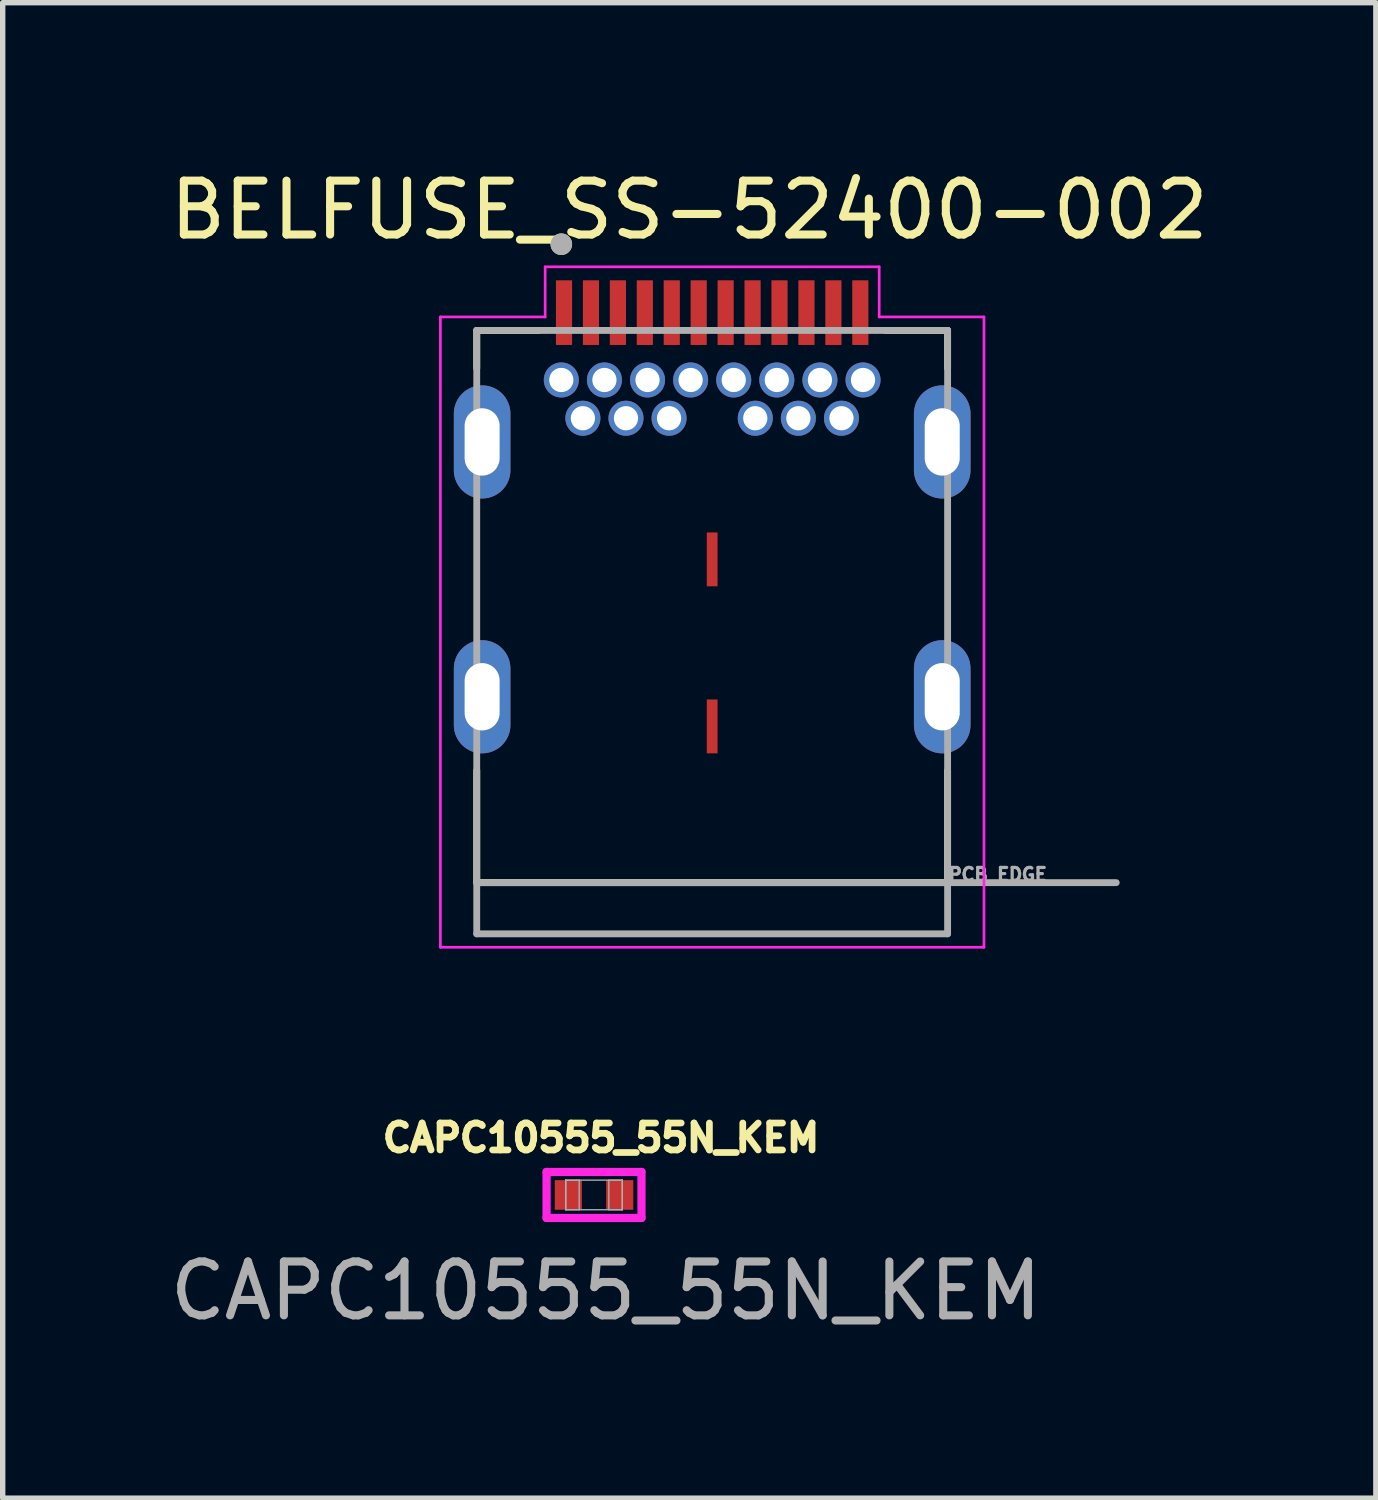
<source format=kicad_pcb>
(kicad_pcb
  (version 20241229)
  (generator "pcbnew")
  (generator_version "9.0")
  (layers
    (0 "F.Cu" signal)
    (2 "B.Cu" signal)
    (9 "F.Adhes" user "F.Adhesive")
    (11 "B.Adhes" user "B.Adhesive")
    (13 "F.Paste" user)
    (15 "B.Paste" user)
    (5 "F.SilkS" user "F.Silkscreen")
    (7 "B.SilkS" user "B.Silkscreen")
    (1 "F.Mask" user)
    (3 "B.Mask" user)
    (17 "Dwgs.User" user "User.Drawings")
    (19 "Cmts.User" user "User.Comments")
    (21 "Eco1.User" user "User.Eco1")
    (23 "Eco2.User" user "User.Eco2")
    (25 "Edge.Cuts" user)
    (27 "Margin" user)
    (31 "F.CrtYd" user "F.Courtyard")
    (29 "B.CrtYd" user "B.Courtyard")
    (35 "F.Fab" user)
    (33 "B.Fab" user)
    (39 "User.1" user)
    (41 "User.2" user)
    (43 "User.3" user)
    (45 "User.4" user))
  (footprint "CAPC10555_55N_KEM"
    (layer "F.Cu")
    (at 7.976 19.13)
    (property "Reference" "CAPC10555_55N_KEM" (at 0.13 -1.06 0) (unlocked yes) (layer "F.SilkS") (effects (font (size 0.5 0.5) (thickness 0.125))))
    (attr smd)
    (fp_line (start -0.881 -0.427) (end 0.881 -0.427) (stroke (width 0.152) (type solid)) (layer "F.CrtYd"))
    (fp_line (start -0.881 0.427) (end -0.881 -0.427) (stroke (width 0.152) (type solid)) (layer "F.CrtYd"))
    (fp_line (start 0.881 -0.427) (end 0.881 0.427) (stroke (width 0.152) (type solid)) (layer "F.CrtYd"))
    (fp_line (start 0.881 0.427) (end -0.881 0.427) (stroke (width 0.152) (type solid)) (layer "F.CrtYd"))
    (fp_line (start -0.525 -0.275) (end -0.525 0.275) (stroke (width 0.025) (type solid)) (layer "F.Fab"))
    (fp_line (start -0.525 -0.275) (end -0.525 0.275) (stroke (width 0.025) (type solid)) (layer "F.Fab"))
    (fp_line (start -0.525 0.275) (end -0.275 0.275) (stroke (width 0.025) (type solid)) (layer "F.Fab"))
    (fp_line (start -0.525 0.275) (end 0.525 0.275) (stroke (width 0.025) (type solid)) (layer "F.Fab"))
    (fp_line (start -0.275 -0.275) (end -0.525 -0.275) (stroke (width 0.025) (type solid)) (layer "F.Fab"))
    (fp_line (start -0.275 0.275) (end -0.275 -0.275) (stroke (width 0.025) (type solid)) (layer "F.Fab"))
    (fp_line (start 0.275 -0.275) (end 0.275 0.275) (stroke (width 0.025) (type solid)) (layer "F.Fab"))
    (fp_line (start 0.275 0.275) (end 0.525 0.275) (stroke (width 0.025) (type solid)) (layer "F.Fab"))
    (fp_line (start 0.525 -0.275) (end -0.525 -0.275) (stroke (width 0.025) (type solid)) (layer "F.Fab"))
    (fp_line (start 0.525 -0.275) (end 0.275 -0.275) (stroke (width 0.025) (type solid)) (layer "F.Fab"))
    (fp_line (start 0.525 0.275) (end 0.525 -0.275) (stroke (width 0.025) (type solid)) (layer "F.Fab"))
    (fp_line (start 0.525 0.275) (end 0.525 -0.275) (stroke (width 0.025) (type solid)) (layer "F.Fab"))
    (fp_text user "${REFERENCE}" (at 0.22 1.78 0) (unlocked yes) (layer "F.Fab") (effects (font (size 1 1) (thickness 0.15))))
    (pad "1" smd rect (at -0.477 0) (size 0.503 0.55) (layers "F.Cu" "F.Mask" "F.Paste"))
    (pad "2" smd rect (at 0.477 0) (size 0.503 0.55) (layers "F.Cu" "F.Mask" "F.Paste"))
    (zone (net_name "") (layer "F.Cu") (hatch full 0.508) (connect_pads) (min_thickness 0.254) (filled_areas_thickness no) (keepout (tracks not_allowed) (vias not_allowed) (pads allowed) (copperpour not_allowed) (footprints allowed)) (placement (enabled no)) (fill) (polygon (pts (xy 7.802 18.906) (xy 8.151 18.906) (xy 8.151 19.354) (xy 7.802 19.354)))))
  (footprint "BELFUSE_SS-52400-002"
    (layer "F.Cu")
    (at 10.169 9.883)
    (property "Reference" "BELFUSE_SS-52400-002" (at -0.425 -9.035 0) (layer "F.SilkS") (effects (font (size 1 1) (thickness 0.15))))
    (attr through_hole)
    (fp_line (start -4.37 -6.8) (end -4.37 -6.1) (stroke (width 0.127) (type solid)) (layer "F.SilkS"))
    (fp_line (start -4.37 1.37) (end -4.37 3.45) (stroke (width 0.127) (type solid)) (layer "F.SilkS"))
    (fp_line (start -4.37 3.45) (end 4.37 3.45) (stroke (width 0.127) (type solid)) (layer "F.SilkS"))
    (fp_line (start -3.22 -6.8) (end -4.37 -6.8) (stroke (width 0.127) (type solid)) (layer "F.SilkS"))
    (fp_line (start 3.22 -6.8) (end 4.37 -6.8) (stroke (width 0.127) (type solid)) (layer "F.SilkS"))
    (fp_line (start 4.37 -6.8) (end 4.37 -6.1) (stroke (width 0.127) (type solid)) (layer "F.SilkS"))
    (fp_line (start 4.37 3.45) (end 4.37 1.37) (stroke (width 0.127) (type solid)) (layer "F.SilkS"))
    (fp_circle (center -2.8 -8.4) (end -2.7 -8.4) (stroke (width 0.2) (type solid)) (fill no) (layer "F.SilkS"))
    (fp_line (start -5.045 -7.05) (end -5.045 4.65) (stroke (width 0.05) (type solid)) (layer "F.CrtYd"))
    (fp_line (start -5.045 4.65) (end 5.045 4.65) (stroke (width 0.05) (type solid)) (layer "F.CrtYd"))
    (fp_line (start -3.1 -7.98) (end -3.1 -7.05) (stroke (width 0.05) (type solid)) (layer "F.CrtYd"))
    (fp_line (start -3.1 -7.05) (end -5.045 -7.05) (stroke (width 0.05) (type solid)) (layer "F.CrtYd"))
    (fp_line (start 3.1 -7.98) (end -3.1 -7.98) (stroke (width 0.05) (type solid)) (layer "F.CrtYd"))
    (fp_line (start 3.1 -7.05) (end 3.1 -7.98) (stroke (width 0.05) (type solid)) (layer "F.CrtYd"))
    (fp_line (start 5.045 -7.05) (end 3.1 -7.05) (stroke (width 0.05) (type solid)) (layer "F.CrtYd"))
    (fp_line (start 5.045 4.65) (end 5.045 -7.05) (stroke (width 0.05) (type solid)) (layer "F.CrtYd"))
    (fp_line (start -4.37 -6.8) (end 4.37 -6.8) (stroke (width 0.127) (type solid)) (layer "F.Fab"))
    (fp_line (start -4.37 3.45) (end -4.37 -6.8) (stroke (width 0.127) (type solid)) (layer "F.Fab"))
    (fp_line (start -4.37 3.45) (end 7.5 3.45) (stroke (width 0.127) (type solid)) (layer "F.Fab"))
    (fp_line (start -4.37 4.4) (end -4.37 3.45) (stroke (width 0.127) (type solid)) (layer "F.Fab"))
    (fp_line (start 4.37 -6.8) (end 4.37 4.4) (stroke (width 0.127) (type solid)) (layer "F.Fab"))
    (fp_line (start 4.37 4.4) (end -4.37 4.4) (stroke (width 0.127) (type solid)) (layer "F.Fab"))
    (fp_circle (center -2.8 -8.4) (end -2.7 -8.4) (stroke (width 0.2) (type solid)) (fill no) (layer "F.Fab"))
    (fp_text user "PCB EDGE" (at 5.3 3.3 0) (layer "F.Fab") (effects (font (size 0.24 0.24) (thickness 0.15))))
    (pad "A1" smd rect (at -2.75 -7.13) (size 0.3 1.2) (layers "F.Cu" "F.Mask" "F.Paste"))
    (pad "A2" smd rect (at -2.25 -7.13) (size 0.3 1.2) (layers "F.Cu" "F.Mask" "F.Paste"))
    (pad "A3" smd rect (at -1.75 -7.13) (size 0.3 1.2) (layers "F.Cu" "F.Mask" "F.Paste"))
    (pad "A4" smd rect (at -1.25 -7.13) (size 0.3 1.2) (layers "F.Cu" "F.Mask" "F.Paste"))
    (pad "A5" smd rect (at -0.75 -7.13) (size 0.3 1.2) (layers "F.Cu" "F.Mask" "F.Paste"))
    (pad "A6" smd rect (at -0.25 -7.13) (size 0.3 1.2) (layers "F.Cu" "F.Mask" "F.Paste"))
    (pad "A7" smd rect (at 0.25 -7.13) (size 0.3 1.2) (layers "F.Cu" "F.Mask" "F.Paste"))
    (pad "A8" smd rect (at 0.75 -7.13) (size 0.3 1.2) (layers "F.Cu" "F.Mask" "F.Paste"))
    (pad "A9" smd rect (at 1.25 -7.13) (size 0.3 1.2) (layers "F.Cu" "F.Mask" "F.Paste"))
    (pad "A10" smd rect (at 1.75 -7.13) (size 0.3 1.2) (layers "F.Cu" "F.Mask" "F.Paste"))
    (pad "A11" smd rect (at 2.25 -7.13) (size 0.3 1.2) (layers "F.Cu" "F.Mask" "F.Paste"))
    (pad "A12" smd rect (at 2.75 -7.13) (size 0.3 1.2) (layers "F.Cu" "F.Mask" "F.Paste"))
    (pad "B1" thru_hole circle (at 2.8 -5.88) (size 0.65 0.65) (drill 0.45) (layers "*.Cu" "*.Mask"))
    (pad "B2" thru_hole circle (at 2.4 -5.17) (size 0.65 0.65) (drill 0.45) (layers "*.Cu" "*.Mask"))
    (pad "B3" thru_hole circle (at 1.6 -5.17) (size 0.65 0.65) (drill 0.45) (layers "*.Cu" "*.Mask"))
    (pad "B4" thru_hole circle (at 1.2 -5.88) (size 0.65 0.65) (drill 0.45) (layers "*.Cu" "*.Mask"))
    (pad "B5" thru_hole circle (at 0.8 -5.17) (size 0.65 0.65) (drill 0.45) (layers "*.Cu" "*.Mask"))
    (pad "B6" thru_hole circle (at 0.4 -5.88) (size 0.65 0.65) (drill 0.45) (layers "*.Cu" "*.Mask"))
    (pad "B7" thru_hole circle (at -0.4 -5.88) (size 0.65 0.65) (drill 0.45) (layers "*.Cu" "*.Mask"))
    (pad "B8" thru_hole circle (at -0.8 -5.17) (size 0.65 0.65) (drill 0.45) (layers "*.Cu" "*.Mask"))
    (pad "B9" thru_hole circle (at -1.2 -5.88) (size 0.65 0.65) (drill 0.45) (layers "*.Cu" "*.Mask"))
    (pad "B10" thru_hole circle (at -1.6 -5.17) (size 0.65 0.65) (drill 0.45) (layers "*.Cu" "*.Mask"))
    (pad "B11" thru_hole circle (at -2.4 -5.17) (size 0.65 0.65) (drill 0.45) (layers "*.Cu" "*.Mask"))
    (pad "B12" thru_hole circle (at -2.8 -5.88) (size 0.65 0.65) (drill 0.45) (layers "*.Cu" "*.Mask"))
    (pad "G1" thru_hole circle (at 2 -5.88) (size 0.65 0.65) (drill 0.45) (layers "*.Cu" "*.Mask"))
    (pad "G2" thru_hole circle (at -2 -5.88) (size 0.65 0.65) (drill 0.45) (layers "*.Cu" "*.Mask"))
    (pad "G3" smd rect (at 0 -2.55) (size 0.2 1) (layers "F.Cu" "F.Mask" "F.Paste"))
    (pad "G4" smd rect (at 0 0.55) (size 0.2 1) (layers "F.Cu" "F.Mask" "F.Paste"))
    (pad "S1" thru_hole oval (at -4.27 -4.73) (size 1.05 2.1) (drill oval 0.65 1.25) (layers "*.Cu" "*.Mask"))
    (pad "S2" thru_hole oval (at 4.27 -4.73) (size 1.05 2.1) (drill oval 0.65 1.25) (layers "*.Cu" "*.Mask"))
    (pad "S3" thru_hole oval (at -4.27 0) (size 1.05 2.1) (drill oval 0.65 1.25) (layers "*.Cu" "*.Mask"))
    (pad "S4" thru_hole oval (at 4.27 0) (size 1.05 2.1) (drill oval 0.65 1.25) (layers "*.Cu" "*.Mask")))
  (gr_rect
    (start -3 -3)
    (end 22.488 24.758)
    (stroke (width 0.1) (type default))
    (fill no)
    (layer "Edge.Cuts")))
</source>
